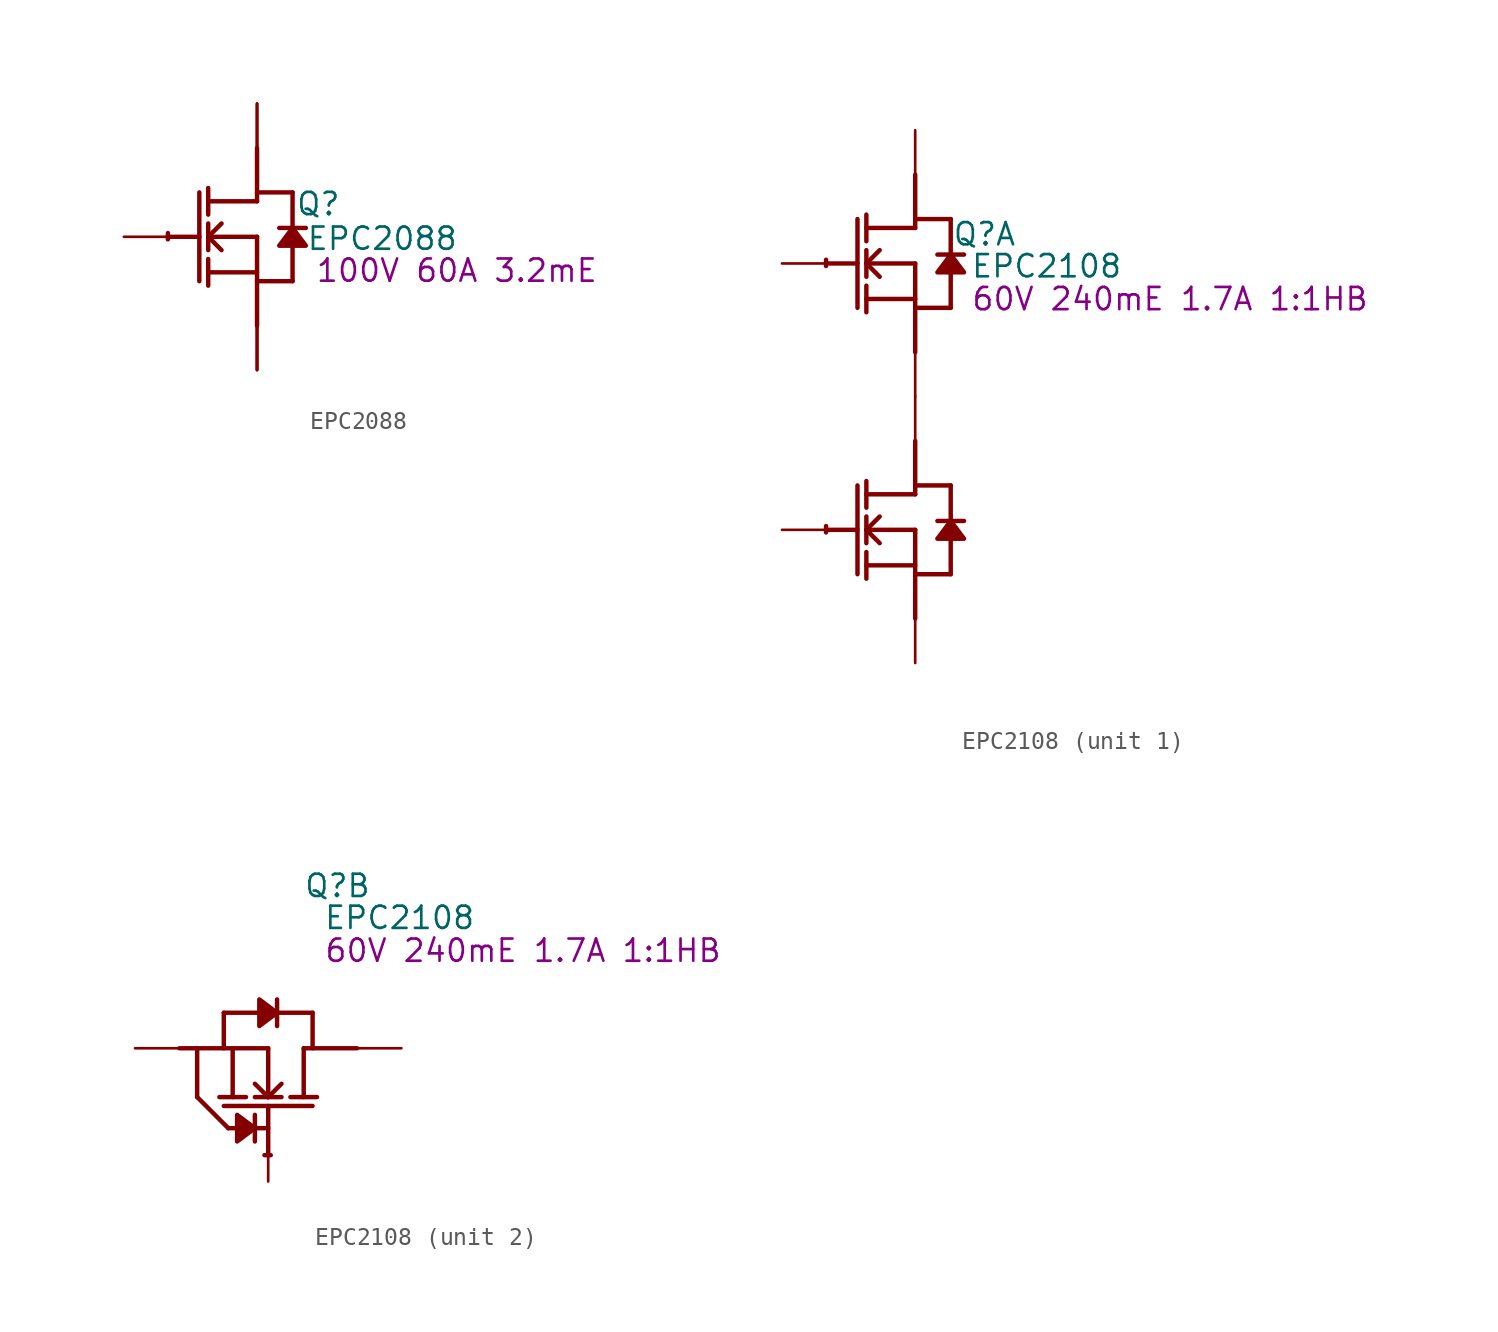
<source format=kicad_sym>
(kicad_symbol_lib
  (version 20220914)
  (generator kicad_symbol_editor)
  (symbol "EPC2088"
    (property "Reference" "Q"
      (at 3.505 1.88 0)
      (effects (font (size 1.27 1.27))))
    (property "Value" "EPC2088"
      (at 7.163 -0.102 0)
      (effects (font (size 1.27 1.27))))
    (property "Description" "100V 60A 3.2mE"
      (at 11.43 -1.93 0)
      (effects (font (size 1.27 1.27))))
    (symbol "EPC2088_1_0"
      (arc (start -5.0996 0.2128) (mid -5.1039 0.0331) (end -5.1019 -0.1467) (stroke (width 0.254) (type solid)) (fill (type none)))
      (polyline (pts (xy -5.08 0) (xy -3.302 0)) (stroke (width 0.254) (type solid)) (fill (type none)))
      (polyline (pts (xy -3.302 2.54) (xy -3.302 -2.54)) (stroke (width 0.254) (type solid)) (fill (type none)))
      (polyline (pts (xy -2.794 -2.794) (xy -2.794 -1.27)) (stroke (width 0.254) (type solid)) (fill (type none)))
      (polyline (pts (xy -2.794 -2.032) (xy 0 -2.032)) (stroke (width 0.254) (type solid)) (fill (type none)))
      (polyline (pts (xy -2.794 -0.762) (xy -2.794 0.762)) (stroke (width 0.254) (type solid)) (fill (type none)))
      (polyline (pts (xy -2.794 0) (xy -2.032 0.762)) (stroke (width 0.254) (type solid)) (fill (type none)))
      (polyline (pts (xy -2.794 0) (xy 0 0)) (stroke (width 0.254) (type solid)) (fill (type none)))
      (polyline (pts (xy -2.794 1.27) (xy -2.794 2.794)) (stroke (width 0.254) (type solid)) (fill (type none)))
      (polyline (pts (xy -2.032 -0.762) (xy -2.794 0)) (stroke (width 0.254) (type solid)) (fill (type none)))
      (polyline (pts (xy 0 -2.54) (xy 2.032 -2.54)) (stroke (width 0.254) (type solid)) (fill (type none)))
      (polyline (pts (xy 0 0) (xy 0 -5.08)) (stroke (width 0.254) (type solid)) (fill (type none)))
      (polyline (pts (xy 0 2.032) (xy -2.794 2.032)) (stroke (width 0.254) (type solid)) (fill (type none)))
      (polyline (pts (xy 0 2.032) (xy 0 5.08)) (stroke (width 0.254) (type solid)) (fill (type none)))
      (polyline (pts (xy 0 2.54) (xy 2.032 2.54)) (stroke (width 0.254) (type solid)) (fill (type none)))
      (polyline (pts (xy 2.032 -0.508) (xy 2.032 -2.54)) (stroke (width 0.254) (type solid)) (fill (type none)))
      (polyline (pts (xy 2.032 2.54) (xy 2.032 0.508)) (stroke (width 0.254) (type solid)) (fill (type none)))
      (polyline (pts (xy 2.794 0.508) (xy 1.27 0.508)) (stroke (width 0.254) (type solid)) (fill (type none)))
      (polyline (pts (xy 2.032 0.508) (xy 1.27 -0.508) (xy 2.794 -0.508) (xy 2.032 0.508)) (stroke (width 0.254) (type solid)) (fill (type outline)))
      (pin passive line (at -7.62 0 0) (length 2.54) (name "G" (effects (font (size 0 0)))) (number "1" (effects (font (size 0 0)))))
      (pin passive line (at 0 -7.62 90) (length 2.54) (name "S" (effects (font (size 0 0)))) (number "2" (effects (font (size 0 0)))))
      (pin passive line (at 0 7.62 270) (length 2.54) (name "D" (effects (font (size 0 0)))) (number "3" (effects (font (size 0 0)))))
      (pin passive line (at 0 -7.62 90) (length 2.54) (name "S" (effects (font (size 0 0)))) (number "4" (effects (font (size 0 0)))))
      (pin passive line (at 0 7.62 270) (length 2.54) (name "D" (effects (font (size 0 0)))) (number "5" (effects (font (size 0 0)))))
      (pin passive line (at 0 -7.62 90) (length 2.54) (name "S" (effects (font (size 0 0)))) (number "6" (effects (font (size 0 0)))))
      (pin passive line (at 0 7.62 270) (length 2.54) (name "D" (effects (font (size 0 0)))) (number "7" (effects (font (size 0 0)))))
      (pin passive line (at 0 -7.62 90) (length 2.54) (name "S" (effects (font (size 0 0)))) (number "8" (effects (font (size 0 0)))))))
  (symbol "EPC2108"
    (property "Reference" "Q"
      (at 3.962 9.296 0)
      (effects (font (size 1.27 1.27))))
    (property "Value" "EPC2108"
      (at 7.518 7.468 0)
      (effects (font (size 1.27 1.27))))
    (property "Datasheet" "60V 240mE 1.7A 1:1HB"
      (at 14.58 5.588 0)
      (effects (font (size 1.27 1.27))))
    (symbol "EPC2108_1_0"
      (arc (start -5.0996 -7.4072) (mid -5.1039 -7.5869) (end -5.1019 -7.7667) (stroke (width 0.254) (type solid)) (fill (type none)))
      (arc (start -5.0996 7.8328) (mid -5.1039 7.6531) (end -5.1019 7.4733) (stroke (width 0.254) (type solid)) (fill (type none)))
      (polyline (pts (xy -5.08 -7.62) (xy -3.302 -7.62)) (stroke (width 0.254) (type solid)) (fill (type none)))
      (polyline (pts (xy -5.08 7.62) (xy -3.302 7.62)) (stroke (width 0.254) (type solid)) (fill (type none)))
      (polyline (pts (xy -3.302 -5.08) (xy -3.302 -10.16)) (stroke (width 0.254) (type solid)) (fill (type none)))
      (polyline (pts (xy -3.302 10.16) (xy -3.302 5.08)) (stroke (width 0.254) (type solid)) (fill (type none)))
      (polyline (pts (xy -2.794 -10.414) (xy -2.794 -8.89)) (stroke (width 0.254) (type solid)) (fill (type none)))
      (polyline (pts (xy -2.794 -9.652) (xy 0 -9.652)) (stroke (width 0.254) (type solid)) (fill (type none)))
      (polyline (pts (xy -2.794 -8.382) (xy -2.794 -6.858)) (stroke (width 0.254) (type solid)) (fill (type none)))
      (polyline (pts (xy -2.794 -7.62) (xy -2.032 -6.858)) (stroke (width 0.254) (type solid)) (fill (type none)))
      (polyline (pts (xy -2.794 -7.62) (xy 0 -7.62)) (stroke (width 0.254) (type solid)) (fill (type none)))
      (polyline (pts (xy -2.794 -6.35) (xy -2.794 -4.826)) (stroke (width 0.254) (type solid)) (fill (type none)))
      (polyline (pts (xy -2.794 4.826) (xy -2.794 6.35)) (stroke (width 0.254) (type solid)) (fill (type none)))
      (polyline (pts (xy -2.794 5.588) (xy 0 5.588)) (stroke (width 0.254) (type solid)) (fill (type none)))
      (polyline (pts (xy -2.794 6.858) (xy -2.794 8.382)) (stroke (width 0.254) (type solid)) (fill (type none)))
      (polyline (pts (xy -2.794 7.62) (xy -2.032 8.382)) (stroke (width 0.254) (type solid)) (fill (type none)))
      (polyline (pts (xy -2.794 7.62) (xy 0 7.62)) (stroke (width 0.254) (type solid)) (fill (type none)))
      (polyline (pts (xy -2.794 8.89) (xy -2.794 10.414)) (stroke (width 0.254) (type solid)) (fill (type none)))
      (polyline (pts (xy -2.032 -8.382) (xy -2.794 -7.62)) (stroke (width 0.254) (type solid)) (fill (type none)))
      (polyline (pts (xy -2.032 6.858) (xy -2.794 7.62)) (stroke (width 0.254) (type solid)) (fill (type none)))
      (polyline (pts (xy 0 -10.16) (xy 2.032 -10.16)) (stroke (width 0.254) (type solid)) (fill (type none)))
      (polyline (pts (xy 0 -7.62) (xy 0 -12.7)) (stroke (width 0.254) (type solid)) (fill (type none)))
      (polyline (pts (xy 0 -5.588) (xy -2.794 -5.588)) (stroke (width 0.254) (type solid)) (fill (type none)))
      (polyline (pts (xy 0 -5.588) (xy 0 -2.54)) (stroke (width 0.254) (type solid)) (fill (type none)))
      (polyline (pts (xy 0 -5.08) (xy 2.032 -5.08)) (stroke (width 0.254) (type solid)) (fill (type none)))
      (polyline (pts (xy 0 5.08) (xy 2.032 5.08)) (stroke (width 0.254) (type solid)) (fill (type none)))
      (polyline (pts (xy 0 7.62) (xy 0 2.54)) (stroke (width 0.254) (type solid)) (fill (type none)))
      (polyline (pts (xy 0 9.652) (xy -2.794 9.652)) (stroke (width 0.254) (type solid)) (fill (type none)))
      (polyline (pts (xy 0 9.652) (xy 0 12.7)) (stroke (width 0.254) (type solid)) (fill (type none)))
      (polyline (pts (xy 0 10.16) (xy 2.032 10.16)) (stroke (width 0.254) (type solid)) (fill (type none)))
      (polyline (pts (xy 2.032 -8.128) (xy 2.032 -10.16)) (stroke (width 0.254) (type solid)) (fill (type none)))
      (polyline (pts (xy 2.032 -5.08) (xy 2.032 -7.112)) (stroke (width 0.254) (type solid)) (fill (type none)))
      (polyline (pts (xy 2.032 7.112) (xy 2.032 5.08)) (stroke (width 0.254) (type solid)) (fill (type none)))
      (polyline (pts (xy 2.032 10.16) (xy 2.032 8.128)) (stroke (width 0.254) (type solid)) (fill (type none)))
      (polyline (pts (xy 2.794 -7.112) (xy 1.27 -7.112)) (stroke (width 0.254) (type solid)) (fill (type none)))
      (polyline (pts (xy 2.794 8.128) (xy 1.27 8.128)) (stroke (width 0.254) (type solid)) (fill (type none)))
      (polyline (pts (xy 2.032 -7.112) (xy 1.27 -8.128) (xy 2.794 -8.128) (xy 2.032 -7.112)) (stroke (width 0.254) (type solid)) (fill (type outline)))
      (polyline (pts (xy 2.032 8.128) (xy 1.27 7.112) (xy 2.794 7.112) (xy 2.032 8.128)) (stroke (width 0.254) (type solid)) (fill (type outline)))
      (pin passive line (at -7.62 7.62 0) (length 2.54) (name "G1" (effects (font (size 0 0)))) (number "1" (effects (font (size 0 0)))))
      (pin open_collector line (at -7.62 -7.62 0) (length 2.54) (name "G2" (effects (font (size 0 0)))) (number "2" (effects (font (size 0 0)))))
      (pin open_emitter line (at 0 0 90) (length 2.54) (name "S1" (effects (font (size 0 0)))) (number "4" (effects (font (size 0 0)))))
      (pin open_emitter line (at 0 0 270) (length 2.54) (name "D2" (effects (font (size 0 0)))) (number "5" (effects (font (size 0 0)))))
      (pin open_emitter line (at 0 15.24 270) (length 2.54) (name "D1" (effects (font (size 0 0)))) (number "7" (effects (font (size 0 0)))))
      (pin open_emitter line (at 0 -15.24 90) (length 2.54) (name "S2" (effects (font (size 0 0)))) (number "8" (effects (font (size 0 0))))))
    (symbol "EPC2108_2_0"
      (arc (start -0.2128 -6.1156) (mid -0.0331 -6.1199) (end 0.1467 -6.1179) (stroke (width 0.254) (type solid)) (fill (type none)))
      (polyline (pts (xy -5.08 0) (xy 0 0)) (stroke (width 0.254) (type solid)) (fill (type none)))
      (polyline (pts (xy -4.064 -2.794) (xy -4.064 0)) (stroke (width 0.254) (type solid)) (fill (type none)))
      (polyline (pts (xy -2.54 -3.302) (xy 2.54 -3.302)) (stroke (width 0.254) (type solid)) (fill (type none)))
      (polyline (pts (xy -2.54 0) (xy -2.54 2.032)) (stroke (width 0.254) (type solid)) (fill (type none)))
      (polyline (pts (xy -2.54 2.032) (xy -0.508 2.032)) (stroke (width 0.254) (type solid)) (fill (type none)))
      (polyline (pts (xy -2.286 -4.572) (xy -4.064 -2.794)) (stroke (width 0.254) (type solid)) (fill (type none)))
      (polyline (pts (xy -2.286 -4.572) (xy 0 -4.572)) (stroke (width 0.254) (type solid)) (fill (type none)))
      (polyline (pts (xy -2.032 0) (xy -2.032 -2.794)) (stroke (width 0.254) (type solid)) (fill (type none)))
      (polyline (pts (xy -1.27 -2.794) (xy -2.794 -2.794)) (stroke (width 0.254) (type solid)) (fill (type none)))
      (polyline (pts (xy -0.762 -3.81) (xy -0.762 -5.334)) (stroke (width 0.254) (type solid)) (fill (type none)))
      (polyline (pts (xy 0 -6.096) (xy 0 -3.302)) (stroke (width 0.254) (type solid)) (fill (type none)))
      (polyline (pts (xy 0 -2.794) (xy -0.762 -2.032)) (stroke (width 0.254) (type solid)) (fill (type none)))
      (polyline (pts (xy 0 -2.794) (xy 0 0)) (stroke (width 0.254) (type solid)) (fill (type none)))
      (polyline (pts (xy 0.508 2.032) (xy 2.54 2.032)) (stroke (width 0.254) (type solid)) (fill (type none)))
      (polyline (pts (xy 0.508 2.794) (xy 0.508 1.27)) (stroke (width 0.254) (type solid)) (fill (type none)))
      (polyline (pts (xy 0.762 -2.794) (xy -0.762 -2.794)) (stroke (width 0.254) (type solid)) (fill (type none)))
      (polyline (pts (xy 0.762 -2.032) (xy 0 -2.794)) (stroke (width 0.254) (type solid)) (fill (type none)))
      (polyline (pts (xy 2.032 -2.794) (xy 2.032 0)) (stroke (width 0.254) (type solid)) (fill (type none)))
      (polyline (pts (xy 2.54 0) (xy 2.54 2.032)) (stroke (width 0.254) (type solid)) (fill (type none)))
      (polyline (pts (xy 2.794 -2.794) (xy 1.27 -2.794)) (stroke (width 0.254) (type solid)) (fill (type none)))
      (polyline (pts (xy 5.08 0) (xy 2.032 0)) (stroke (width 0.254) (type solid)) (fill (type none)))
      (polyline (pts (xy -0.762 -4.572) (xy -1.778 -3.81) (xy -1.778 -5.334) (xy -0.762 -4.572)) (stroke (width 0.254) (type solid)) (fill (type outline)))
      (polyline (pts (xy 0.508 2.032) (xy -0.508 2.794) (xy -0.508 1.27) (xy 0.508 2.032)) (stroke (width 0.254) (type solid)) (fill (type outline)))
      (pin open_emitter line (at 0 -7.62 90) (length 2.54) (name "G3" (effects (font (size 0 0)))) (number "3" (effects (font (size 0 0)))))
      (pin open_collector line (at 7.62 0 180) (length 2.54) (name "D3" (effects (font (size 0 0)))) (number "6" (effects (font (size 0 0)))))
      (pin passive line (at -7.62 0 0) (length 2.54) (name "S3" (effects (font (size 0 0)))) (number "9" (effects (font (size 0 0))))))))
</source>
